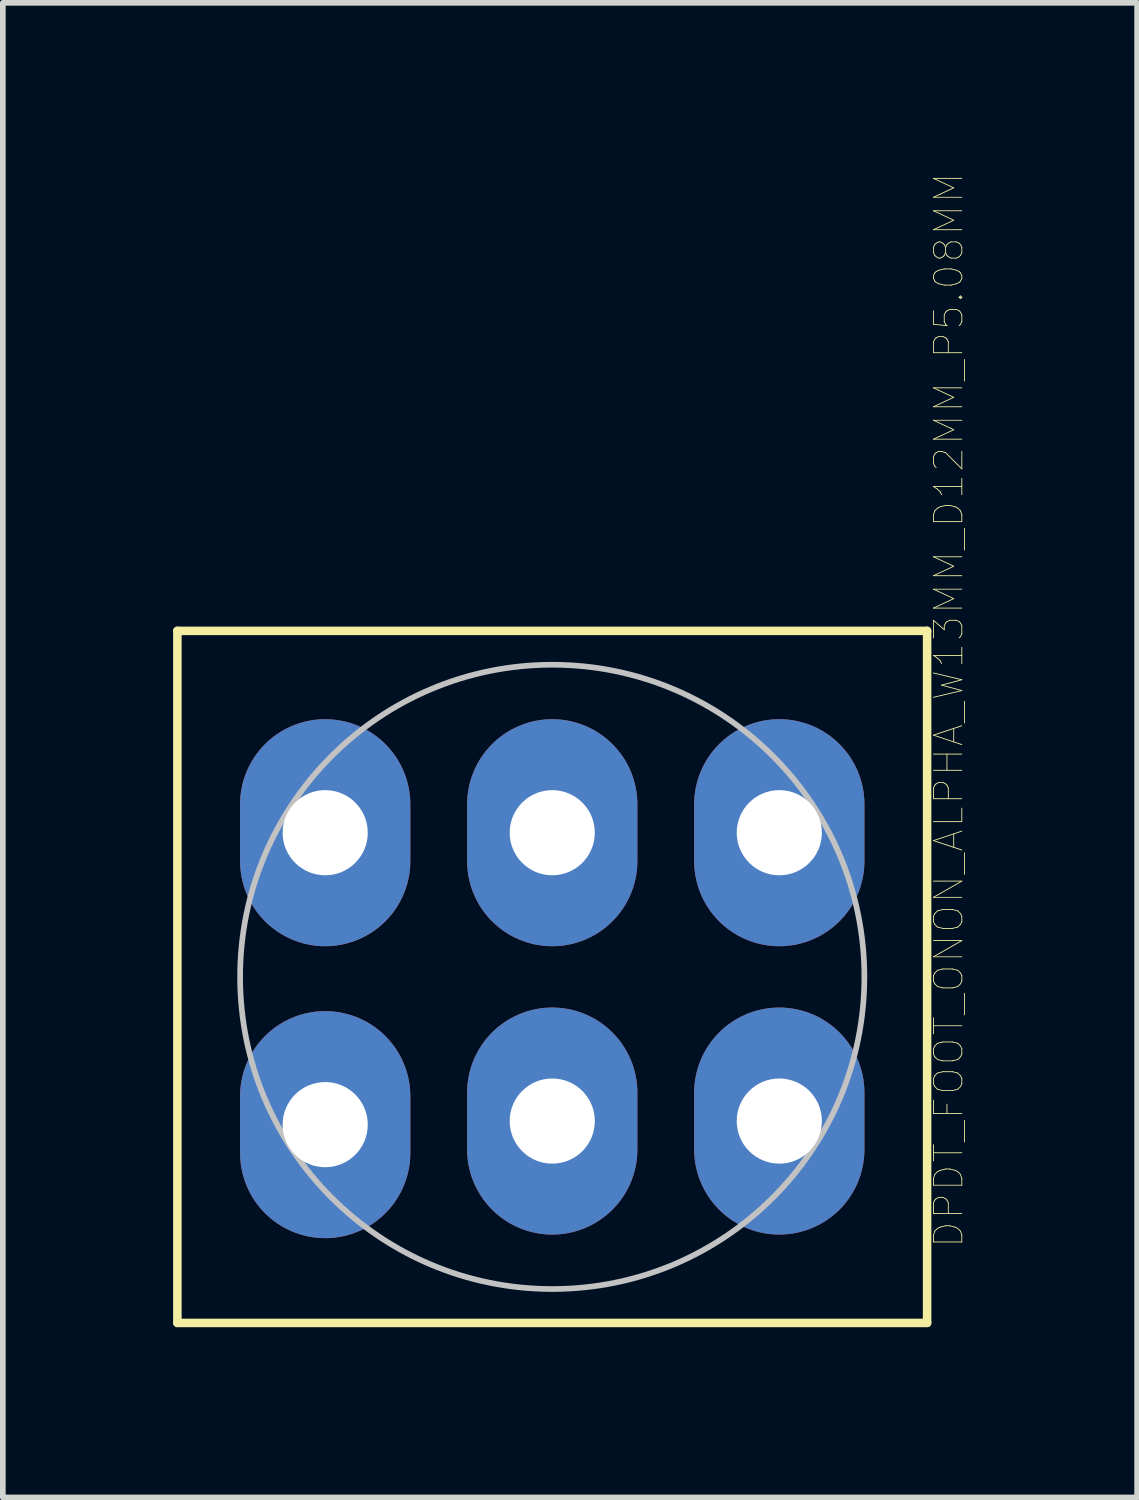
<source format=kicad_pcb>
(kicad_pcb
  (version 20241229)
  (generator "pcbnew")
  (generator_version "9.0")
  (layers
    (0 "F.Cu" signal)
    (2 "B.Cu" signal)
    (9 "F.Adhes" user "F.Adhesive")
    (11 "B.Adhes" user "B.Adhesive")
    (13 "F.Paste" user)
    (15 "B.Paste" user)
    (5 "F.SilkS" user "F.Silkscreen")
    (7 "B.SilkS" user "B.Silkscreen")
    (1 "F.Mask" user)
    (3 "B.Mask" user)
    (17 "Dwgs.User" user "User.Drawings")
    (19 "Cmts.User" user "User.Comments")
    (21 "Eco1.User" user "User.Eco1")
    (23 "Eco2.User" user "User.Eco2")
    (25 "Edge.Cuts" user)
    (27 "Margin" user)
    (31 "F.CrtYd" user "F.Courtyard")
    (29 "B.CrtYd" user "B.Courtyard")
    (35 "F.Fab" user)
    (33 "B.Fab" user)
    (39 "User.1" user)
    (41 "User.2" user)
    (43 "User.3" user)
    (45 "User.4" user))
  (footprint "DPDT_FOOT_ONON_ALPHA_W13MM_D12MM_P5.08MM"
    (layer "F.Cu")
    (at 6.679 14.16)
    (property "Reference" "DPDT_FOOT_ONON_ALPHA_W13MM_D12MM_P5.08MM" (at 6.985 -4.699 90) (layer "F.SilkS") (effects (font (size 0.5 0.5) (thickness 0.015))))
    (attr through_hole)
    (fp_line (start -6.604 -6.096) (end -6.604 6.096) (stroke (width 0.15) (type solid)) (layer "F.SilkS"))
    (fp_line (start -6.604 6.096) (end 6.604 6.096) (stroke (width 0.15) (type solid)) (layer "F.SilkS"))
    (fp_line (start 6.604 -6.096) (end -6.604 -6.096) (stroke (width 0.15) (type solid)) (layer "F.SilkS"))
    (fp_line (start 6.604 6.096) (end 6.604 -6.096) (stroke (width 0.15) (type solid)) (layer "F.SilkS"))
    (fp_circle (center 0 0) (end 0 5.499) (stroke (width 0.1) (type solid)) (fill no) (layer "Dwgs.User"))
    (pad "1" thru_hole oval (at 4 2.54) (size 3 4) (drill 1.5) (layers "*.Cu" "*.Mask"))
    (pad "2" thru_hole oval (at 0 2.54) (size 3 4) (drill 1.5) (layers "*.Cu" "*.Mask"))
    (pad "3" thru_hole oval (at -4 2.603) (size 3 4) (drill 1.5) (layers "*.Cu" "*.Mask"))
    (pad "4" thru_hole oval (at 4 -2.54) (size 3 4) (drill 1.5) (layers "*.Cu" "*.Mask"))
    (pad "5" thru_hole oval (at 0 -2.54) (size 3 4) (drill 1.5) (layers "*.Cu" "*.Mask"))
    (pad "6" thru_hole oval (at -4 -2.54) (size 3 4) (drill 1.5) (layers "*.Cu" "*.Mask")))
  (gr_rect
    (start -3 -3)
    (end 16.983 23.331)
    (stroke (width 0.1) (type default))
    (fill no)
    (layer "Edge.Cuts")))
</source>
